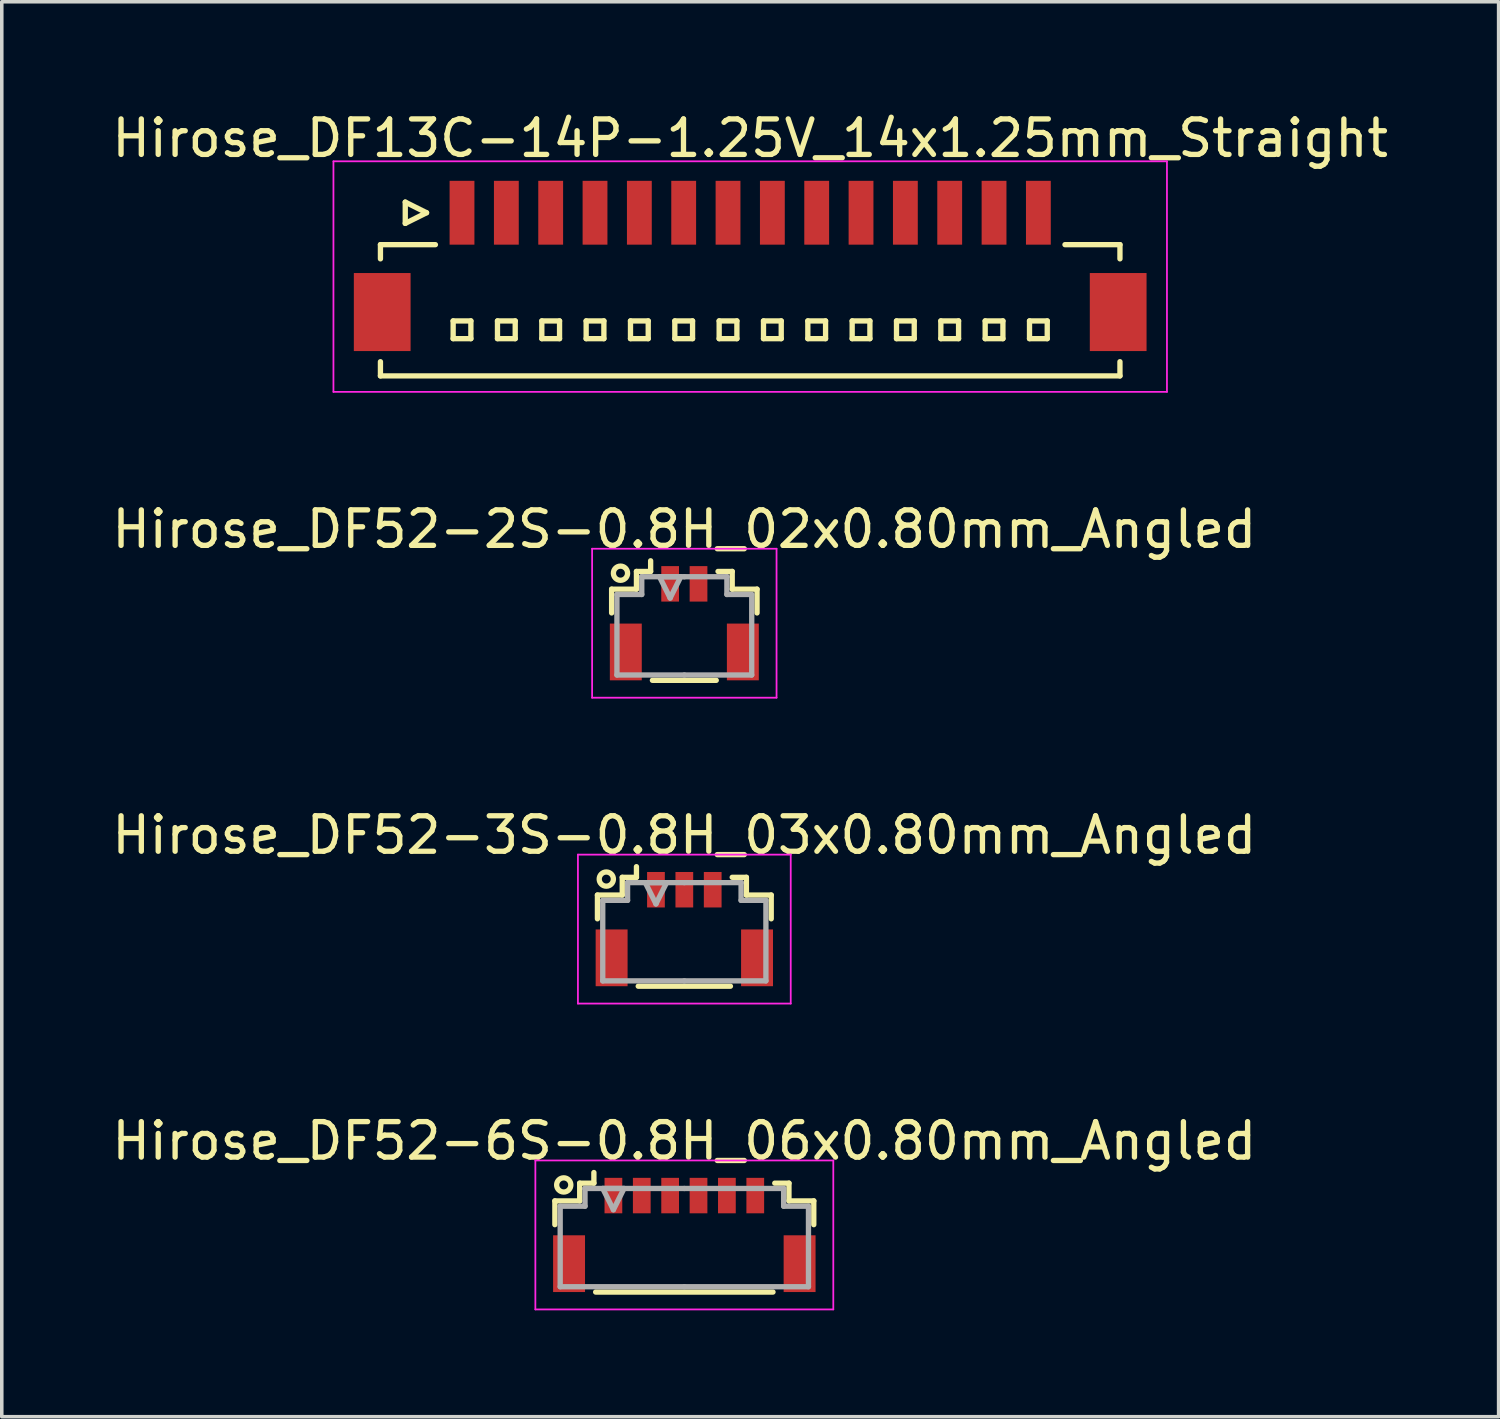
<source format=kicad_pcb>
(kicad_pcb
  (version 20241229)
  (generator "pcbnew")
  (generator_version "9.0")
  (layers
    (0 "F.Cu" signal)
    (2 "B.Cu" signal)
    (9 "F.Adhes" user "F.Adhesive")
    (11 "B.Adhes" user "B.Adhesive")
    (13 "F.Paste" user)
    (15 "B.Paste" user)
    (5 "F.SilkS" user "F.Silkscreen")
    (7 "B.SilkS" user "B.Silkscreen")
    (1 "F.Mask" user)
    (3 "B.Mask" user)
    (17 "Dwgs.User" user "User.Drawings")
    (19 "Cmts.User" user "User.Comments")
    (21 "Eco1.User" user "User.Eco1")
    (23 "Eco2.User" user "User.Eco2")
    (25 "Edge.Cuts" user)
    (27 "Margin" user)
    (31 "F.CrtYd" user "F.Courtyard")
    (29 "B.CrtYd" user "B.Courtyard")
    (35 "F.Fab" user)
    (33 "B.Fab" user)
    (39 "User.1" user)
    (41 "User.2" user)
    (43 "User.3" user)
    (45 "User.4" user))
  (footprint "Hirose_DF13C-14P-1.25V_14x1.25mm_Straight"
    (layer "F.Cu")
    (at 18.101 4.348)
    (property "Reference" "Hirose_DF13C-14P-1.25V_14x1.25mm_Straight" (at 0 -3.5 0) (layer "F.SilkS") (effects (font (size 1 1) (thickness 0.15))))
    (attr smd)
    (fp_line (start -10.425 -0.5) (end -10.425 -0.1) (stroke (width 0.15) (type solid)) (layer "F.SilkS"))
    (fp_line (start -10.425 -0.5) (end -8.875 -0.5) (stroke (width 0.15) (type solid)) (layer "F.SilkS"))
    (fp_line (start -10.425 3.2) (end -10.425 2.8) (stroke (width 0.15) (type solid)) (layer "F.SilkS"))
    (fp_line (start -10.425 3.2) (end 10.425 3.2) (stroke (width 0.15) (type solid)) (layer "F.SilkS"))
    (fp_line (start -9.725 -1.7) (end -9.725 -1.1) (stroke (width 0.15) (type solid)) (layer "F.SilkS"))
    (fp_line (start -9.725 -1.1) (end -9.125 -1.4) (stroke (width 0.15) (type solid)) (layer "F.SilkS"))
    (fp_line (start -9.125 -1.4) (end -9.725 -1.7) (stroke (width 0.15) (type solid)) (layer "F.SilkS"))
    (fp_line (start -8.375 1.65) (end -8.375 2.15) (stroke (width 0.15) (type solid)) (layer "F.SilkS"))
    (fp_line (start -8.375 2.15) (end -7.875 2.15) (stroke (width 0.15) (type solid)) (layer "F.SilkS"))
    (fp_line (start -7.875 1.65) (end -8.375 1.65) (stroke (width 0.15) (type solid)) (layer "F.SilkS"))
    (fp_line (start -7.875 2.15) (end -7.875 1.65) (stroke (width 0.15) (type solid)) (layer "F.SilkS"))
    (fp_line (start -7.125 1.65) (end -7.125 2.15) (stroke (width 0.15) (type solid)) (layer "F.SilkS"))
    (fp_line (start -7.125 2.15) (end -6.625 2.15) (stroke (width 0.15) (type solid)) (layer "F.SilkS"))
    (fp_line (start -6.625 1.65) (end -7.125 1.65) (stroke (width 0.15) (type solid)) (layer "F.SilkS"))
    (fp_line (start -6.625 2.15) (end -6.625 1.65) (stroke (width 0.15) (type solid)) (layer "F.SilkS"))
    (fp_line (start -5.875 1.65) (end -5.875 2.15) (stroke (width 0.15) (type solid)) (layer "F.SilkS"))
    (fp_line (start -5.875 2.15) (end -5.375 2.15) (stroke (width 0.15) (type solid)) (layer "F.SilkS"))
    (fp_line (start -5.375 1.65) (end -5.875 1.65) (stroke (width 0.15) (type solid)) (layer "F.SilkS"))
    (fp_line (start -5.375 2.15) (end -5.375 1.65) (stroke (width 0.15) (type solid)) (layer "F.SilkS"))
    (fp_line (start -4.625 1.65) (end -4.625 2.15) (stroke (width 0.15) (type solid)) (layer "F.SilkS"))
    (fp_line (start -4.625 2.15) (end -4.125 2.15) (stroke (width 0.15) (type solid)) (layer "F.SilkS"))
    (fp_line (start -4.125 1.65) (end -4.625 1.65) (stroke (width 0.15) (type solid)) (layer "F.SilkS"))
    (fp_line (start -4.125 2.15) (end -4.125 1.65) (stroke (width 0.15) (type solid)) (layer "F.SilkS"))
    (fp_line (start -3.375 1.65) (end -3.375 2.15) (stroke (width 0.15) (type solid)) (layer "F.SilkS"))
    (fp_line (start -3.375 2.15) (end -2.875 2.15) (stroke (width 0.15) (type solid)) (layer "F.SilkS"))
    (fp_line (start -2.875 1.65) (end -3.375 1.65) (stroke (width 0.15) (type solid)) (layer "F.SilkS"))
    (fp_line (start -2.875 2.15) (end -2.875 1.65) (stroke (width 0.15) (type solid)) (layer "F.SilkS"))
    (fp_line (start -2.125 1.65) (end -2.125 2.15) (stroke (width 0.15) (type solid)) (layer "F.SilkS"))
    (fp_line (start -2.125 2.15) (end -1.625 2.15) (stroke (width 0.15) (type solid)) (layer "F.SilkS"))
    (fp_line (start -1.625 1.65) (end -2.125 1.65) (stroke (width 0.15) (type solid)) (layer "F.SilkS"))
    (fp_line (start -1.625 2.15) (end -1.625 1.65) (stroke (width 0.15) (type solid)) (layer "F.SilkS"))
    (fp_line (start -0.875 1.65) (end -0.875 2.15) (stroke (width 0.15) (type solid)) (layer "F.SilkS"))
    (fp_line (start -0.875 2.15) (end -0.375 2.15) (stroke (width 0.15) (type solid)) (layer "F.SilkS"))
    (fp_line (start -0.375 1.65) (end -0.875 1.65) (stroke (width 0.15) (type solid)) (layer "F.SilkS"))
    (fp_line (start -0.375 2.15) (end -0.375 1.65) (stroke (width 0.15) (type solid)) (layer "F.SilkS"))
    (fp_line (start 0.375 1.65) (end 0.375 2.15) (stroke (width 0.15) (type solid)) (layer "F.SilkS"))
    (fp_line (start 0.375 2.15) (end 0.875 2.15) (stroke (width 0.15) (type solid)) (layer "F.SilkS"))
    (fp_line (start 0.875 1.65) (end 0.375 1.65) (stroke (width 0.15) (type solid)) (layer "F.SilkS"))
    (fp_line (start 0.875 2.15) (end 0.875 1.65) (stroke (width 0.15) (type solid)) (layer "F.SilkS"))
    (fp_line (start 1.625 1.65) (end 1.625 2.15) (stroke (width 0.15) (type solid)) (layer "F.SilkS"))
    (fp_line (start 1.625 2.15) (end 2.125 2.15) (stroke (width 0.15) (type solid)) (layer "F.SilkS"))
    (fp_line (start 2.125 1.65) (end 1.625 1.65) (stroke (width 0.15) (type solid)) (layer "F.SilkS"))
    (fp_line (start 2.125 2.15) (end 2.125 1.65) (stroke (width 0.15) (type solid)) (layer "F.SilkS"))
    (fp_line (start 2.875 1.65) (end 2.875 2.15) (stroke (width 0.15) (type solid)) (layer "F.SilkS"))
    (fp_line (start 2.875 2.15) (end 3.375 2.15) (stroke (width 0.15) (type solid)) (layer "F.SilkS"))
    (fp_line (start 3.375 1.65) (end 2.875 1.65) (stroke (width 0.15) (type solid)) (layer "F.SilkS"))
    (fp_line (start 3.375 2.15) (end 3.375 1.65) (stroke (width 0.15) (type solid)) (layer "F.SilkS"))
    (fp_line (start 4.125 1.65) (end 4.125 2.15) (stroke (width 0.15) (type solid)) (layer "F.SilkS"))
    (fp_line (start 4.125 2.15) (end 4.625 2.15) (stroke (width 0.15) (type solid)) (layer "F.SilkS"))
    (fp_line (start 4.625 1.65) (end 4.125 1.65) (stroke (width 0.15) (type solid)) (layer "F.SilkS"))
    (fp_line (start 4.625 2.15) (end 4.625 1.65) (stroke (width 0.15) (type solid)) (layer "F.SilkS"))
    (fp_line (start 5.375 1.65) (end 5.375 2.15) (stroke (width 0.15) (type solid)) (layer "F.SilkS"))
    (fp_line (start 5.375 2.15) (end 5.875 2.15) (stroke (width 0.15) (type solid)) (layer "F.SilkS"))
    (fp_line (start 5.875 1.65) (end 5.375 1.65) (stroke (width 0.15) (type solid)) (layer "F.SilkS"))
    (fp_line (start 5.875 2.15) (end 5.875 1.65) (stroke (width 0.15) (type solid)) (layer "F.SilkS"))
    (fp_line (start 6.625 1.65) (end 6.625 2.15) (stroke (width 0.15) (type solid)) (layer "F.SilkS"))
    (fp_line (start 6.625 2.15) (end 7.125 2.15) (stroke (width 0.15) (type solid)) (layer "F.SilkS"))
    (fp_line (start 7.125 1.65) (end 6.625 1.65) (stroke (width 0.15) (type solid)) (layer "F.SilkS"))
    (fp_line (start 7.125 2.15) (end 7.125 1.65) (stroke (width 0.15) (type solid)) (layer "F.SilkS"))
    (fp_line (start 7.875 1.65) (end 7.875 2.15) (stroke (width 0.15) (type solid)) (layer "F.SilkS"))
    (fp_line (start 7.875 2.15) (end 8.375 2.15) (stroke (width 0.15) (type solid)) (layer "F.SilkS"))
    (fp_line (start 8.375 1.65) (end 7.875 1.65) (stroke (width 0.15) (type solid)) (layer "F.SilkS"))
    (fp_line (start 8.375 2.15) (end 8.375 1.65) (stroke (width 0.15) (type solid)) (layer "F.SilkS"))
    (fp_line (start 10.425 -0.5) (end 8.875 -0.5) (stroke (width 0.15) (type solid)) (layer "F.SilkS"))
    (fp_line (start 10.425 -0.5) (end 10.425 -0.1) (stroke (width 0.15) (type solid)) (layer "F.SilkS"))
    (fp_line (start 10.425 3.2) (end 10.425 2.8) (stroke (width 0.15) (type solid)) (layer "F.SilkS"))
    (fp_line (start -11.75 -2.85) (end -11.75 3.65) (stroke (width 0.05) (type solid)) (layer "F.CrtYd"))
    (fp_line (start -11.75 3.65) (end 11.75 3.65) (stroke (width 0.05) (type solid)) (layer "F.CrtYd"))
    (fp_line (start 11.75 -2.85) (end -11.75 -2.85) (stroke (width 0.05) (type solid)) (layer "F.CrtYd"))
    (fp_line (start 11.75 3.65) (end 11.75 -2.85) (stroke (width 0.05) (type solid)) (layer "F.CrtYd"))
    (pad "" smd rect (at -10.375 1.4) (size 1.6 2.2) (layers "F.Cu" "F.Mask" "F.Paste"))
    (pad "" smd rect (at 10.375 1.4) (size 1.6 2.2) (layers "F.Cu" "F.Mask" "F.Paste"))
    (pad "1" smd rect (at -8.125 -1.4) (size 0.7 1.8) (layers "F.Cu" "F.Mask" "F.Paste"))
    (pad "2" smd rect (at -6.875 -1.4) (size 0.7 1.8) (layers "F.Cu" "F.Mask" "F.Paste"))
    (pad "3" smd rect (at -5.625 -1.4) (size 0.7 1.8) (layers "F.Cu" "F.Mask" "F.Paste"))
    (pad "4" smd rect (at -4.375 -1.4) (size 0.7 1.8) (layers "F.Cu" "F.Mask" "F.Paste"))
    (pad "5" smd rect (at -3.125 -1.4) (size 0.7 1.8) (layers "F.Cu" "F.Mask" "F.Paste"))
    (pad "6" smd rect (at -1.875 -1.4) (size 0.7 1.8) (layers "F.Cu" "F.Mask" "F.Paste"))
    (pad "7" smd rect (at -0.625 -1.4) (size 0.7 1.8) (layers "F.Cu" "F.Mask" "F.Paste"))
    (pad "8" smd rect (at 0.625 -1.4) (size 0.7 1.8) (layers "F.Cu" "F.Mask" "F.Paste"))
    (pad "9" smd rect (at 1.875 -1.4) (size 0.7 1.8) (layers "F.Cu" "F.Mask" "F.Paste"))
    (pad "10" smd rect (at 3.125 -1.4) (size 0.7 1.8) (layers "F.Cu" "F.Mask" "F.Paste"))
    (pad "11" smd rect (at 4.375 -1.4) (size 0.7 1.8) (layers "F.Cu" "F.Mask" "F.Paste"))
    (pad "12" smd rect (at 5.625 -1.4) (size 0.7 1.8) (layers "F.Cu" "F.Mask" "F.Paste"))
    (pad "13" smd rect (at 6.875 -1.4) (size 0.7 1.8) (layers "F.Cu" "F.Mask" "F.Paste"))
    (pad "14" smd rect (at 8.125 -1.4) (size 0.7 1.8) (layers "F.Cu" "F.Mask" "F.Paste")))
  (footprint "Hirose_DF52-6S-0.8H_06x0.80mm_Angled"
    (layer "F.Cu")
    (at 16.244 31.618)
    (property "Reference" "Hirose_DF52-6S-0.8H_06x0.80mm_Angled" (at 0 -2.5 0) (layer "F.SilkS") (effects (font (size 1 1) (thickness 0.15))))
    (attr smd)
    (fp_line (start -3.65 -0.81) (end -3.65 -0.14) (stroke (width 0.15) (type solid)) (layer "F.SilkS"))
    (fp_line (start -2.95 -1.31) (end -2.95 -0.81) (stroke (width 0.15) (type solid)) (layer "F.SilkS"))
    (fp_line (start -2.95 -0.81) (end -3.65 -0.81) (stroke (width 0.15) (type solid)) (layer "F.SilkS"))
    (fp_line (start -2.55 -1.61) (end -2.55 -1.31) (stroke (width 0.15) (type solid)) (layer "F.SilkS"))
    (fp_line (start -2.55 -1.31) (end -2.95 -1.31) (stroke (width 0.15) (type solid)) (layer "F.SilkS"))
    (fp_line (start -2.5 1.76) (end 2.5 1.76) (stroke (width 0.15) (type solid)) (layer "F.SilkS"))
    (fp_line (start 2.55 -1.31) (end 2.95 -1.31) (stroke (width 0.15) (type solid)) (layer "F.SilkS"))
    (fp_line (start 2.95 -1.31) (end 2.95 -0.81) (stroke (width 0.15) (type solid)) (layer "F.SilkS"))
    (fp_line (start 2.95 -0.81) (end 3.65 -0.81) (stroke (width 0.15) (type solid)) (layer "F.SilkS"))
    (fp_line (start 3.65 -0.81) (end 3.65 -0.14) (stroke (width 0.15) (type solid)) (layer "F.SilkS"))
    (fp_circle (center -3.4 -1.26) (end -3.2 -1.26) (stroke (width 0.15) (type solid)) (fill no) (layer "F.SilkS"))
    (fp_line (start -4.2 -1.95) (end -4.2 2.25) (stroke (width 0.05) (type solid)) (layer "F.CrtYd"))
    (fp_line (start -4.2 2.25) (end 4.2 2.25) (stroke (width 0.05) (type solid)) (layer "F.CrtYd"))
    (fp_line (start 4.2 -1.95) (end -4.2 -1.95) (stroke (width 0.05) (type solid)) (layer "F.CrtYd"))
    (fp_line (start 4.2 2.25) (end 4.2 -1.95) (stroke (width 0.05) (type solid)) (layer "F.CrtYd"))
    (fp_line (start -3.5 -0.66) (end -3.5 1.61) (stroke (width 0.15) (type solid)) (layer "F.Fab"))
    (fp_line (start -3.5 1.61) (end 0 1.61) (stroke (width 0.15) (type solid)) (layer "F.Fab"))
    (fp_line (start -2.8 -1.16) (end -2.8 -1.16) (stroke (width 0.15) (type solid)) (layer "F.Fab"))
    (fp_line (start -2.8 -1.16) (end -2.8 -0.66) (stroke (width 0.15) (type solid)) (layer "F.Fab"))
    (fp_line (start -2.8 -0.66) (end -3.5 -0.66) (stroke (width 0.15) (type solid)) (layer "F.Fab"))
    (fp_line (start -2.3 -1.16) (end -1.7 -1.16) (stroke (width 0.15) (type solid)) (layer "F.Fab"))
    (fp_line (start -2 -0.56) (end -2.3 -1.16) (stroke (width 0.15) (type solid)) (layer "F.Fab"))
    (fp_line (start -1.7 -1.16) (end -2 -0.56) (stroke (width 0.15) (type solid)) (layer "F.Fab"))
    (fp_line (start 0 -1.16) (end -2.8 -1.16) (stroke (width 0.15) (type solid)) (layer "F.Fab"))
    (fp_line (start 0 -1.16) (end 2.8 -1.16) (stroke (width 0.15) (type solid)) (layer "F.Fab"))
    (fp_line (start 2.8 -1.16) (end 2.8 -1.16) (stroke (width 0.15) (type solid)) (layer "F.Fab"))
    (fp_line (start 2.8 -1.16) (end 2.8 -0.66) (stroke (width 0.15) (type solid)) (layer "F.Fab"))
    (fp_line (start 2.8 -0.66) (end 3.5 -0.66) (stroke (width 0.15) (type solid)) (layer "F.Fab"))
    (fp_line (start 3.5 -0.66) (end 3.5 1.61) (stroke (width 0.15) (type solid)) (layer "F.Fab"))
    (fp_line (start 3.5 1.61) (end 0 1.61) (stroke (width 0.15) (type solid)) (layer "F.Fab"))
    (pad "" smd rect (at -3.25 0.96) (size 0.9 1.6) (layers "F.Cu" "F.Mask" "F.Paste"))
    (pad "" smd rect (at 3.25 0.96) (size 0.9 1.6) (layers "F.Cu" "F.Mask" "F.Paste"))
    (pad "1" smd rect (at -2 -0.96) (size 0.5 1) (layers "F.Cu" "F.Mask" "F.Paste"))
    (pad "2" smd rect (at -1.2 -0.96) (size 0.5 1) (layers "F.Cu" "F.Mask" "F.Paste"))
    (pad "3" smd rect (at -0.4 -0.96) (size 0.5 1) (layers "F.Cu" "F.Mask" "F.Paste"))
    (pad "4" smd rect (at 0.4 -0.96) (size 0.5 1) (layers "F.Cu" "F.Mask" "F.Paste"))
    (pad "5" smd rect (at 1.2 -0.96) (size 0.5 1) (layers "F.Cu" "F.Mask" "F.Paste"))
    (pad "6" smd rect (at 2 -0.96) (size 0.5 1) (layers "F.Cu" "F.Mask" "F.Paste")))
  (footprint "Hirose_DF52-3S-0.8H_03x0.80mm_Angled"
    (layer "F.Cu")
    (at 16.244 22.995)
    (property "Reference" "Hirose_DF52-3S-0.8H_03x0.80mm_Angled" (at 0 -2.5 0) (layer "F.SilkS") (effects (font (size 1 1) (thickness 0.15))))
    (attr smd)
    (fp_line (start -2.45 -0.81) (end -2.45 -0.14) (stroke (width 0.15) (type solid)) (layer "F.SilkS"))
    (fp_line (start -1.75 -1.31) (end -1.75 -0.81) (stroke (width 0.15) (type solid)) (layer "F.SilkS"))
    (fp_line (start -1.75 -0.81) (end -2.45 -0.81) (stroke (width 0.15) (type solid)) (layer "F.SilkS"))
    (fp_line (start -1.35 -1.61) (end -1.35 -1.31) (stroke (width 0.15) (type solid)) (layer "F.SilkS"))
    (fp_line (start -1.35 -1.31) (end -1.75 -1.31) (stroke (width 0.15) (type solid)) (layer "F.SilkS"))
    (fp_line (start -1.3 1.76) (end 1.3 1.76) (stroke (width 0.15) (type solid)) (layer "F.SilkS"))
    (fp_line (start 1.35 -1.31) (end 1.75 -1.31) (stroke (width 0.15) (type solid)) (layer "F.SilkS"))
    (fp_line (start 1.75 -1.31) (end 1.75 -0.81) (stroke (width 0.15) (type solid)) (layer "F.SilkS"))
    (fp_line (start 1.75 -0.81) (end 2.45 -0.81) (stroke (width 0.15) (type solid)) (layer "F.SilkS"))
    (fp_line (start 2.45 -0.81) (end 2.45 -0.14) (stroke (width 0.15) (type solid)) (layer "F.SilkS"))
    (fp_circle (center -2.2 -1.26) (end -2 -1.26) (stroke (width 0.15) (type solid)) (fill no) (layer "F.SilkS"))
    (fp_line (start -3 -1.95) (end -3 2.25) (stroke (width 0.05) (type solid)) (layer "F.CrtYd"))
    (fp_line (start -3 2.25) (end 3 2.25) (stroke (width 0.05) (type solid)) (layer "F.CrtYd"))
    (fp_line (start 3 -1.95) (end -3 -1.95) (stroke (width 0.05) (type solid)) (layer "F.CrtYd"))
    (fp_line (start 3 2.25) (end 3 -1.95) (stroke (width 0.05) (type solid)) (layer "F.CrtYd"))
    (fp_line (start -2.3 -0.66) (end -2.3 1.61) (stroke (width 0.15) (type solid)) (layer "F.Fab"))
    (fp_line (start -2.3 1.61) (end 0 1.61) (stroke (width 0.15) (type solid)) (layer "F.Fab"))
    (fp_line (start -1.6 -1.16) (end -1.6 -1.16) (stroke (width 0.15) (type solid)) (layer "F.Fab"))
    (fp_line (start -1.6 -1.16) (end -1.6 -0.66) (stroke (width 0.15) (type solid)) (layer "F.Fab"))
    (fp_line (start -1.6 -0.66) (end -2.3 -0.66) (stroke (width 0.15) (type solid)) (layer "F.Fab"))
    (fp_line (start -1.1 -1.16) (end -0.5 -1.16) (stroke (width 0.15) (type solid)) (layer "F.Fab"))
    (fp_line (start -0.8 -0.56) (end -1.1 -1.16) (stroke (width 0.15) (type solid)) (layer "F.Fab"))
    (fp_line (start -0.5 -1.16) (end -0.8 -0.56) (stroke (width 0.15) (type solid)) (layer "F.Fab"))
    (fp_line (start 0 -1.16) (end -1.6 -1.16) (stroke (width 0.15) (type solid)) (layer "F.Fab"))
    (fp_line (start 0 -1.16) (end 1.6 -1.16) (stroke (width 0.15) (type solid)) (layer "F.Fab"))
    (fp_line (start 1.6 -1.16) (end 1.6 -1.16) (stroke (width 0.15) (type solid)) (layer "F.Fab"))
    (fp_line (start 1.6 -1.16) (end 1.6 -0.66) (stroke (width 0.15) (type solid)) (layer "F.Fab"))
    (fp_line (start 1.6 -0.66) (end 2.3 -0.66) (stroke (width 0.15) (type solid)) (layer "F.Fab"))
    (fp_line (start 2.3 -0.66) (end 2.3 1.61) (stroke (width 0.15) (type solid)) (layer "F.Fab"))
    (fp_line (start 2.3 1.61) (end 0 1.61) (stroke (width 0.15) (type solid)) (layer "F.Fab"))
    (pad "" smd rect (at -2.05 0.96) (size 0.9 1.6) (layers "F.Cu" "F.Mask" "F.Paste"))
    (pad "" smd rect (at 2.05 0.96) (size 0.9 1.6) (layers "F.Cu" "F.Mask" "F.Paste"))
    (pad "1" smd rect (at -0.8 -0.96) (size 0.5 1) (layers "F.Cu" "F.Mask" "F.Paste"))
    (pad "2" smd rect (at 0 -0.96) (size 0.5 1) (layers "F.Cu" "F.Mask" "F.Paste"))
    (pad "3" smd rect (at 0.8 -0.96) (size 0.5 1) (layers "F.Cu" "F.Mask" "F.Paste")))
  (footprint "Hirose_DF52-2S-0.8H_02x0.80mm_Angled"
    (layer "F.Cu")
    (at 16.244 14.371)
    (property "Reference" "Hirose_DF52-2S-0.8H_02x0.80mm_Angled" (at 0 -2.5 0) (layer "F.SilkS") (effects (font (size 1 1) (thickness 0.15))))
    (attr smd)
    (fp_line (start -2.05 -0.81) (end -2.05 -0.14) (stroke (width 0.15) (type solid)) (layer "F.SilkS"))
    (fp_line (start -1.35 -1.31) (end -1.35 -0.81) (stroke (width 0.15) (type solid)) (layer "F.SilkS"))
    (fp_line (start -1.35 -0.81) (end -2.05 -0.81) (stroke (width 0.15) (type solid)) (layer "F.SilkS"))
    (fp_line (start -0.95 -1.61) (end -0.95 -1.31) (stroke (width 0.15) (type solid)) (layer "F.SilkS"))
    (fp_line (start -0.95 -1.31) (end -1.35 -1.31) (stroke (width 0.15) (type solid)) (layer "F.SilkS"))
    (fp_line (start -0.9 1.76) (end 0.9 1.76) (stroke (width 0.15) (type solid)) (layer "F.SilkS"))
    (fp_line (start 0.95 -1.31) (end 1.35 -1.31) (stroke (width 0.15) (type solid)) (layer "F.SilkS"))
    (fp_line (start 1.35 -1.31) (end 1.35 -0.81) (stroke (width 0.15) (type solid)) (layer "F.SilkS"))
    (fp_line (start 1.35 -0.81) (end 2.05 -0.81) (stroke (width 0.15) (type solid)) (layer "F.SilkS"))
    (fp_line (start 2.05 -0.81) (end 2.05 -0.14) (stroke (width 0.15) (type solid)) (layer "F.SilkS"))
    (fp_circle (center -1.8 -1.26) (end -1.6 -1.26) (stroke (width 0.15) (type solid)) (fill no) (layer "F.SilkS"))
    (fp_line (start -2.6 -1.95) (end -2.6 2.25) (stroke (width 0.05) (type solid)) (layer "F.CrtYd"))
    (fp_line (start -2.6 2.25) (end 2.6 2.25) (stroke (width 0.05) (type solid)) (layer "F.CrtYd"))
    (fp_line (start 2.6 -1.95) (end -2.6 -1.95) (stroke (width 0.05) (type solid)) (layer "F.CrtYd"))
    (fp_line (start 2.6 2.25) (end 2.6 -1.95) (stroke (width 0.05) (type solid)) (layer "F.CrtYd"))
    (fp_line (start -1.9 -0.66) (end -1.9 1.61) (stroke (width 0.15) (type solid)) (layer "F.Fab"))
    (fp_line (start -1.9 1.61) (end 0 1.61) (stroke (width 0.15) (type solid)) (layer "F.Fab"))
    (fp_line (start -1.2 -1.16) (end -1.2 -1.16) (stroke (width 0.15) (type solid)) (layer "F.Fab"))
    (fp_line (start -1.2 -1.16) (end -1.2 -0.66) (stroke (width 0.15) (type solid)) (layer "F.Fab"))
    (fp_line (start -1.2 -0.66) (end -1.9 -0.66) (stroke (width 0.15) (type solid)) (layer "F.Fab"))
    (fp_line (start -0.7 -1.16) (end -0.1 -1.16) (stroke (width 0.15) (type solid)) (layer "F.Fab"))
    (fp_line (start -0.4 -0.56) (end -0.7 -1.16) (stroke (width 0.15) (type solid)) (layer "F.Fab"))
    (fp_line (start -0.1 -1.16) (end -0.4 -0.56) (stroke (width 0.15) (type solid)) (layer "F.Fab"))
    (fp_line (start 0 -1.16) (end -1.2 -1.16) (stroke (width 0.15) (type solid)) (layer "F.Fab"))
    (fp_line (start 0 -1.16) (end 1.2 -1.16) (stroke (width 0.15) (type solid)) (layer "F.Fab"))
    (fp_line (start 1.2 -1.16) (end 1.2 -1.16) (stroke (width 0.15) (type solid)) (layer "F.Fab"))
    (fp_line (start 1.2 -1.16) (end 1.2 -0.66) (stroke (width 0.15) (type solid)) (layer "F.Fab"))
    (fp_line (start 1.2 -0.66) (end 1.9 -0.66) (stroke (width 0.15) (type solid)) (layer "F.Fab"))
    (fp_line (start 1.9 -0.66) (end 1.9 1.61) (stroke (width 0.15) (type solid)) (layer "F.Fab"))
    (fp_line (start 1.9 1.61) (end 0 1.61) (stroke (width 0.15) (type solid)) (layer "F.Fab"))
    (pad "" smd rect (at -1.65 0.96) (size 0.9 1.6) (layers "F.Cu" "F.Mask" "F.Paste"))
    (pad "" smd rect (at 1.65 0.96) (size 0.9 1.6) (layers "F.Cu" "F.Mask" "F.Paste"))
    (pad "1" smd rect (at -0.4 -0.96) (size 0.5 1) (layers "F.Cu" "F.Mask" "F.Paste"))
    (pad "2" smd rect (at 0.4 -0.96) (size 0.5 1) (layers "F.Cu" "F.Mask" "F.Paste")))
  (gr_rect
    (start -3 -3)
    (end 39.202 36.893)
    (stroke (width 0.1) (type default))
    (fill no)
    (layer "Edge.Cuts")))
</source>
